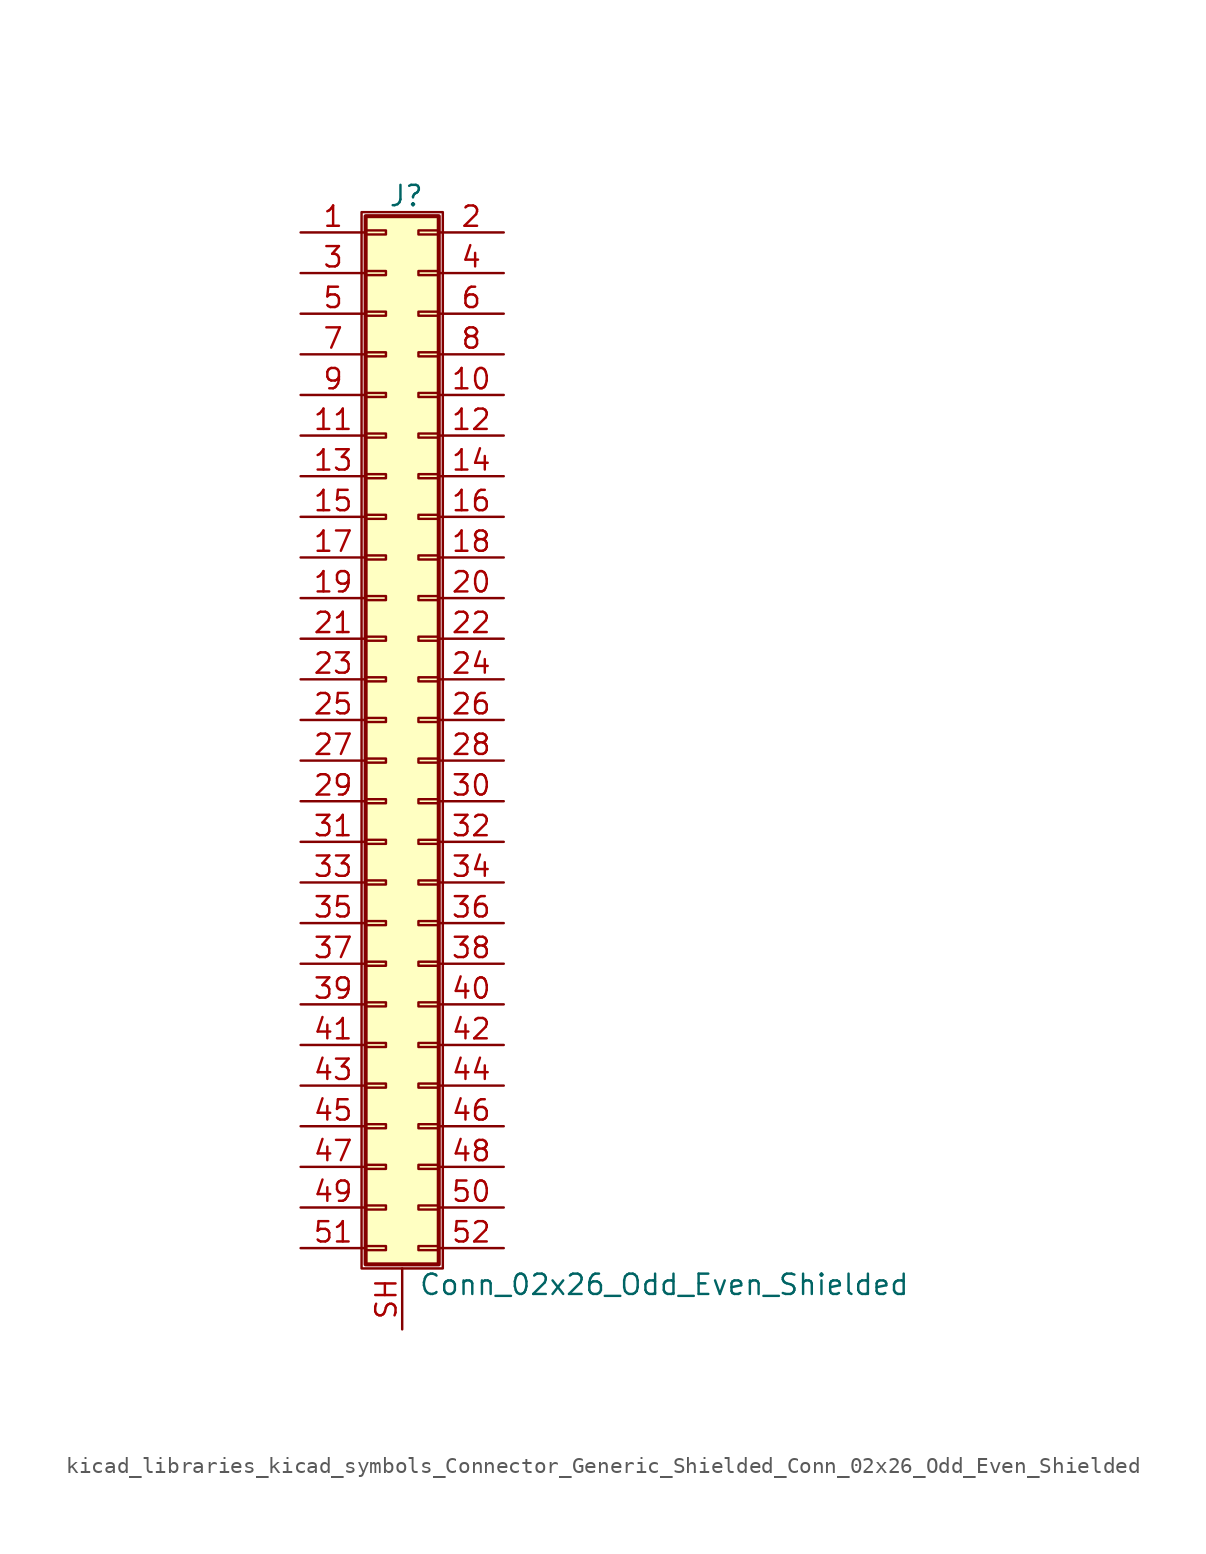
<source format=kicad_sym>
(kicad_symbol_lib
  (version 20220914)
  (generator kicad_symbol_editor)
  (symbol "kicad_libraries_kicad_symbols_Connector_Generic_Shielded_Conn_02x26_Odd_Even_Shielded"
    (pin_names
      (offset 1.016) hide)
    (property "Reference" "J"
      (at 1.524 32.766 0)
      (effects (font (size 1.27 1.27))))
    (property "Value" "Conn_02x26_Odd_Even_Shielded"
      (at 2.286 -35.306 0)
      (effects (font (size 1.27 1.27)) (justify left)))
    (symbol "kicad_libraries_kicad_symbols_Connector_Generic_Shielded_Conn_02x26_Odd_Even_Shielded_1_1"
      (rectangle (start -1.27 31.75) (end 3.81 -34.29) (stroke (width 0.152) (type default)) (fill (type none)))
      (rectangle (start -1.016 -32.893) (end 0.254 -33.147) (stroke (width 0.152) (type default)) (fill (type none)))
      (rectangle (start -1.016 -30.353) (end 0.254 -30.607) (stroke (width 0.152) (type default)) (fill (type none)))
      (rectangle (start -1.016 -27.813) (end 0.254 -28.067) (stroke (width 0.152) (type default)) (fill (type none)))
      (rectangle (start -1.016 -25.273) (end 0.254 -25.527) (stroke (width 0.152) (type default)) (fill (type none)))
      (rectangle (start -1.016 -22.733) (end 0.254 -22.987) (stroke (width 0.152) (type default)) (fill (type none)))
      (rectangle (start -1.016 -20.193) (end 0.254 -20.447) (stroke (width 0.152) (type default)) (fill (type none)))
      (rectangle (start -1.016 -17.653) (end 0.254 -17.907) (stroke (width 0.152) (type default)) (fill (type none)))
      (rectangle (start -1.016 -15.113) (end 0.254 -15.367) (stroke (width 0.152) (type default)) (fill (type none)))
      (rectangle (start -1.016 -12.573) (end 0.254 -12.827) (stroke (width 0.152) (type default)) (fill (type none)))
      (rectangle (start -1.016 -10.033) (end 0.254 -10.287) (stroke (width 0.152) (type default)) (fill (type none)))
      (rectangle (start -1.016 -7.493) (end 0.254 -7.747) (stroke (width 0.152) (type default)) (fill (type none)))
      (rectangle (start -1.016 -4.953) (end 0.254 -5.207) (stroke (width 0.152) (type default)) (fill (type none)))
      (rectangle (start -1.016 -2.413) (end 0.254 -2.667) (stroke (width 0.152) (type default)) (fill (type none)))
      (rectangle (start -1.016 0.127) (end 0.254 -0.127) (stroke (width 0.152) (type default)) (fill (type none)))
      (rectangle (start -1.016 2.667) (end 0.254 2.413) (stroke (width 0.152) (type default)) (fill (type none)))
      (rectangle (start -1.016 5.207) (end 0.254 4.953) (stroke (width 0.152) (type default)) (fill (type none)))
      (rectangle (start -1.016 7.747) (end 0.254 7.493) (stroke (width 0.152) (type default)) (fill (type none)))
      (rectangle (start -1.016 10.287) (end 0.254 10.033) (stroke (width 0.152) (type default)) (fill (type none)))
      (rectangle (start -1.016 12.827) (end 0.254 12.573) (stroke (width 0.152) (type default)) (fill (type none)))
      (rectangle (start -1.016 15.367) (end 0.254 15.113) (stroke (width 0.152) (type default)) (fill (type none)))
      (rectangle (start -1.016 17.907) (end 0.254 17.653) (stroke (width 0.152) (type default)) (fill (type none)))
      (rectangle (start -1.016 20.447) (end 0.254 20.193) (stroke (width 0.152) (type default)) (fill (type none)))
      (rectangle (start -1.016 22.987) (end 0.254 22.733) (stroke (width 0.152) (type default)) (fill (type none)))
      (rectangle (start -1.016 25.527) (end 0.254 25.273) (stroke (width 0.152) (type default)) (fill (type none)))
      (rectangle (start -1.016 28.067) (end 0.254 27.813) (stroke (width 0.152) (type default)) (fill (type none)))
      (rectangle (start -1.016 30.607) (end 0.254 30.353) (stroke (width 0.152) (type default)) (fill (type none)))
      (rectangle (start -1.016 31.496) (end 3.556 -34.036) (stroke (width 0.254) (type default)) (fill (type background)))
      (rectangle (start 3.556 -32.893) (end 2.286 -33.147) (stroke (width 0.152) (type default)) (fill (type none)))
      (rectangle (start 3.556 -30.353) (end 2.286 -30.607) (stroke (width 0.152) (type default)) (fill (type none)))
      (rectangle (start 3.556 -27.813) (end 2.286 -28.067) (stroke (width 0.152) (type default)) (fill (type none)))
      (rectangle (start 3.556 -25.273) (end 2.286 -25.527) (stroke (width 0.152) (type default)) (fill (type none)))
      (rectangle (start 3.556 -22.733) (end 2.286 -22.987) (stroke (width 0.152) (type default)) (fill (type none)))
      (rectangle (start 3.556 -20.193) (end 2.286 -20.447) (stroke (width 0.152) (type default)) (fill (type none)))
      (rectangle (start 3.556 -17.653) (end 2.286 -17.907) (stroke (width 0.152) (type default)) (fill (type none)))
      (rectangle (start 3.556 -15.113) (end 2.286 -15.367) (stroke (width 0.152) (type default)) (fill (type none)))
      (rectangle (start 3.556 -12.573) (end 2.286 -12.827) (stroke (width 0.152) (type default)) (fill (type none)))
      (rectangle (start 3.556 -10.033) (end 2.286 -10.287) (stroke (width 0.152) (type default)) (fill (type none)))
      (rectangle (start 3.556 -7.493) (end 2.286 -7.747) (stroke (width 0.152) (type default)) (fill (type none)))
      (rectangle (start 3.556 -4.953) (end 2.286 -5.207) (stroke (width 0.152) (type default)) (fill (type none)))
      (rectangle (start 3.556 -2.413) (end 2.286 -2.667) (stroke (width 0.152) (type default)) (fill (type none)))
      (rectangle (start 3.556 0.127) (end 2.286 -0.127) (stroke (width 0.152) (type default)) (fill (type none)))
      (rectangle (start 3.556 2.667) (end 2.286 2.413) (stroke (width 0.152) (type default)) (fill (type none)))
      (rectangle (start 3.556 5.207) (end 2.286 4.953) (stroke (width 0.152) (type default)) (fill (type none)))
      (rectangle (start 3.556 7.747) (end 2.286 7.493) (stroke (width 0.152) (type default)) (fill (type none)))
      (rectangle (start 3.556 10.287) (end 2.286 10.033) (stroke (width 0.152) (type default)) (fill (type none)))
      (rectangle (start 3.556 12.827) (end 2.286 12.573) (stroke (width 0.152) (type default)) (fill (type none)))
      (rectangle (start 3.556 15.367) (end 2.286 15.113) (stroke (width 0.152) (type default)) (fill (type none)))
      (rectangle (start 3.556 17.907) (end 2.286 17.653) (stroke (width 0.152) (type default)) (fill (type none)))
      (rectangle (start 3.556 20.447) (end 2.286 20.193) (stroke (width 0.152) (type default)) (fill (type none)))
      (rectangle (start 3.556 22.987) (end 2.286 22.733) (stroke (width 0.152) (type default)) (fill (type none)))
      (rectangle (start 3.556 25.527) (end 2.286 25.273) (stroke (width 0.152) (type default)) (fill (type none)))
      (rectangle (start 3.556 28.067) (end 2.286 27.813) (stroke (width 0.152) (type default)) (fill (type none)))
      (rectangle (start 3.556 30.607) (end 2.286 30.353) (stroke (width 0.152) (type default)) (fill (type none)))
      (pin passive line (at -5.08 30.48 0) (length 4.064) (name "Pin_1" (effects (font (size 1.27 1.27)))) (number "1" (effects (font (size 1.27 1.27)))))
      (pin passive line (at 7.62 20.32 180) (length 4.064) (name "Pin_10" (effects (font (size 1.27 1.27)))) (number "10" (effects (font (size 1.27 1.27)))))
      (pin passive line (at -5.08 17.78 0) (length 4.064) (name "Pin_11" (effects (font (size 1.27 1.27)))) (number "11" (effects (font (size 1.27 1.27)))))
      (pin passive line (at 7.62 17.78 180) (length 4.064) (name "Pin_12" (effects (font (size 1.27 1.27)))) (number "12" (effects (font (size 1.27 1.27)))))
      (pin passive line (at -5.08 15.24 0) (length 4.064) (name "Pin_13" (effects (font (size 1.27 1.27)))) (number "13" (effects (font (size 1.27 1.27)))))
      (pin passive line (at 7.62 15.24 180) (length 4.064) (name "Pin_14" (effects (font (size 1.27 1.27)))) (number "14" (effects (font (size 1.27 1.27)))))
      (pin passive line (at -5.08 12.7 0) (length 4.064) (name "Pin_15" (effects (font (size 1.27 1.27)))) (number "15" (effects (font (size 1.27 1.27)))))
      (pin passive line (at 7.62 12.7 180) (length 4.064) (name "Pin_16" (effects (font (size 1.27 1.27)))) (number "16" (effects (font (size 1.27 1.27)))))
      (pin passive line (at -5.08 10.16 0) (length 4.064) (name "Pin_17" (effects (font (size 1.27 1.27)))) (number "17" (effects (font (size 1.27 1.27)))))
      (pin passive line (at 7.62 10.16 180) (length 4.064) (name "Pin_18" (effects (font (size 1.27 1.27)))) (number "18" (effects (font (size 1.27 1.27)))))
      (pin passive line (at -5.08 7.62 0) (length 4.064) (name "Pin_19" (effects (font (size 1.27 1.27)))) (number "19" (effects (font (size 1.27 1.27)))))
      (pin passive line (at 7.62 30.48 180) (length 4.064) (name "Pin_2" (effects (font (size 1.27 1.27)))) (number "2" (effects (font (size 1.27 1.27)))))
      (pin passive line (at 7.62 7.62 180) (length 4.064) (name "Pin_20" (effects (font (size 1.27 1.27)))) (number "20" (effects (font (size 1.27 1.27)))))
      (pin passive line (at -5.08 5.08 0) (length 4.064) (name "Pin_21" (effects (font (size 1.27 1.27)))) (number "21" (effects (font (size 1.27 1.27)))))
      (pin passive line (at 7.62 5.08 180) (length 4.064) (name "Pin_22" (effects (font (size 1.27 1.27)))) (number "22" (effects (font (size 1.27 1.27)))))
      (pin passive line (at -5.08 2.54 0) (length 4.064) (name "Pin_23" (effects (font (size 1.27 1.27)))) (number "23" (effects (font (size 1.27 1.27)))))
      (pin passive line (at 7.62 2.54 180) (length 4.064) (name "Pin_24" (effects (font (size 1.27 1.27)))) (number "24" (effects (font (size 1.27 1.27)))))
      (pin passive line (at -5.08 0 0) (length 4.064) (name "Pin_25" (effects (font (size 1.27 1.27)))) (number "25" (effects (font (size 1.27 1.27)))))
      (pin passive line (at 7.62 0 180) (length 4.064) (name "Pin_26" (effects (font (size 1.27 1.27)))) (number "26" (effects (font (size 1.27 1.27)))))
      (pin passive line (at -5.08 -2.54 0) (length 4.064) (name "Pin_27" (effects (font (size 1.27 1.27)))) (number "27" (effects (font (size 1.27 1.27)))))
      (pin passive line (at 7.62 -2.54 180) (length 4.064) (name "Pin_28" (effects (font (size 1.27 1.27)))) (number "28" (effects (font (size 1.27 1.27)))))
      (pin passive line (at -5.08 -5.08 0) (length 4.064) (name "Pin_29" (effects (font (size 1.27 1.27)))) (number "29" (effects (font (size 1.27 1.27)))))
      (pin passive line (at -5.08 27.94 0) (length 4.064) (name "Pin_3" (effects (font (size 1.27 1.27)))) (number "3" (effects (font (size 1.27 1.27)))))
      (pin passive line (at 7.62 -5.08 180) (length 4.064) (name "Pin_30" (effects (font (size 1.27 1.27)))) (number "30" (effects (font (size 1.27 1.27)))))
      (pin passive line (at -5.08 -7.62 0) (length 4.064) (name "Pin_31" (effects (font (size 1.27 1.27)))) (number "31" (effects (font (size 1.27 1.27)))))
      (pin passive line (at 7.62 -7.62 180) (length 4.064) (name "Pin_32" (effects (font (size 1.27 1.27)))) (number "32" (effects (font (size 1.27 1.27)))))
      (pin passive line (at -5.08 -10.16 0) (length 4.064) (name "Pin_33" (effects (font (size 1.27 1.27)))) (number "33" (effects (font (size 1.27 1.27)))))
      (pin passive line (at 7.62 -10.16 180) (length 4.064) (name "Pin_34" (effects (font (size 1.27 1.27)))) (number "34" (effects (font (size 1.27 1.27)))))
      (pin passive line (at -5.08 -12.7 0) (length 4.064) (name "Pin_35" (effects (font (size 1.27 1.27)))) (number "35" (effects (font (size 1.27 1.27)))))
      (pin passive line (at 7.62 -12.7 180) (length 4.064) (name "Pin_36" (effects (font (size 1.27 1.27)))) (number "36" (effects (font (size 1.27 1.27)))))
      (pin passive line (at -5.08 -15.24 0) (length 4.064) (name "Pin_37" (effects (font (size 1.27 1.27)))) (number "37" (effects (font (size 1.27 1.27)))))
      (pin passive line (at 7.62 -15.24 180) (length 4.064) (name "Pin_38" (effects (font (size 1.27 1.27)))) (number "38" (effects (font (size 1.27 1.27)))))
      (pin passive line (at -5.08 -17.78 0) (length 4.064) (name "Pin_39" (effects (font (size 1.27 1.27)))) (number "39" (effects (font (size 1.27 1.27)))))
      (pin passive line (at 7.62 27.94 180) (length 4.064) (name "Pin_4" (effects (font (size 1.27 1.27)))) (number "4" (effects (font (size 1.27 1.27)))))
      (pin passive line (at 7.62 -17.78 180) (length 4.064) (name "Pin_40" (effects (font (size 1.27 1.27)))) (number "40" (effects (font (size 1.27 1.27)))))
      (pin passive line (at -5.08 -20.32 0) (length 4.064) (name "Pin_41" (effects (font (size 1.27 1.27)))) (number "41" (effects (font (size 1.27 1.27)))))
      (pin passive line (at 7.62 -20.32 180) (length 4.064) (name "Pin_42" (effects (font (size 1.27 1.27)))) (number "42" (effects (font (size 1.27 1.27)))))
      (pin passive line (at -5.08 -22.86 0) (length 4.064) (name "Pin_43" (effects (font (size 1.27 1.27)))) (number "43" (effects (font (size 1.27 1.27)))))
      (pin passive line (at 7.62 -22.86 180) (length 4.064) (name "Pin_44" (effects (font (size 1.27 1.27)))) (number "44" (effects (font (size 1.27 1.27)))))
      (pin passive line (at -5.08 -25.4 0) (length 4.064) (name "Pin_45" (effects (font (size 1.27 1.27)))) (number "45" (effects (font (size 1.27 1.27)))))
      (pin passive line (at 7.62 -25.4 180) (length 4.064) (name "Pin_46" (effects (font (size 1.27 1.27)))) (number "46" (effects (font (size 1.27 1.27)))))
      (pin passive line (at -5.08 -27.94 0) (length 4.064) (name "Pin_47" (effects (font (size 1.27 1.27)))) (number "47" (effects (font (size 1.27 1.27)))))
      (pin passive line (at 7.62 -27.94 180) (length 4.064) (name "Pin_48" (effects (font (size 1.27 1.27)))) (number "48" (effects (font (size 1.27 1.27)))))
      (pin passive line (at -5.08 -30.48 0) (length 4.064) (name "Pin_49" (effects (font (size 1.27 1.27)))) (number "49" (effects (font (size 1.27 1.27)))))
      (pin passive line (at -5.08 25.4 0) (length 4.064) (name "Pin_5" (effects (font (size 1.27 1.27)))) (number "5" (effects (font (size 1.27 1.27)))))
      (pin passive line (at 7.62 -30.48 180) (length 4.064) (name "Pin_50" (effects (font (size 1.27 1.27)))) (number "50" (effects (font (size 1.27 1.27)))))
      (pin passive line (at -5.08 -33.02 0) (length 4.064) (name "Pin_51" (effects (font (size 1.27 1.27)))) (number "51" (effects (font (size 1.27 1.27)))))
      (pin passive line (at 7.62 -33.02 180) (length 4.064) (name "Pin_52" (effects (font (size 1.27 1.27)))) (number "52" (effects (font (size 1.27 1.27)))))
      (pin passive line (at 7.62 25.4 180) (length 4.064) (name "Pin_6" (effects (font (size 1.27 1.27)))) (number "6" (effects (font (size 1.27 1.27)))))
      (pin passive line (at -5.08 22.86 0) (length 4.064) (name "Pin_7" (effects (font (size 1.27 1.27)))) (number "7" (effects (font (size 1.27 1.27)))))
      (pin passive line (at 7.62 22.86 180) (length 4.064) (name "Pin_8" (effects (font (size 1.27 1.27)))) (number "8" (effects (font (size 1.27 1.27)))))
      (pin passive line (at -5.08 20.32 0) (length 4.064) (name "Pin_9" (effects (font (size 1.27 1.27)))) (number "9" (effects (font (size 1.27 1.27)))))
      (pin passive line (at 1.27 -38.1 90) (length 3.81) (name "Shield" (effects (font (size 1.27 1.27)))) (number "SH" (effects (font (size 1.27 1.27))))))))
</source>
